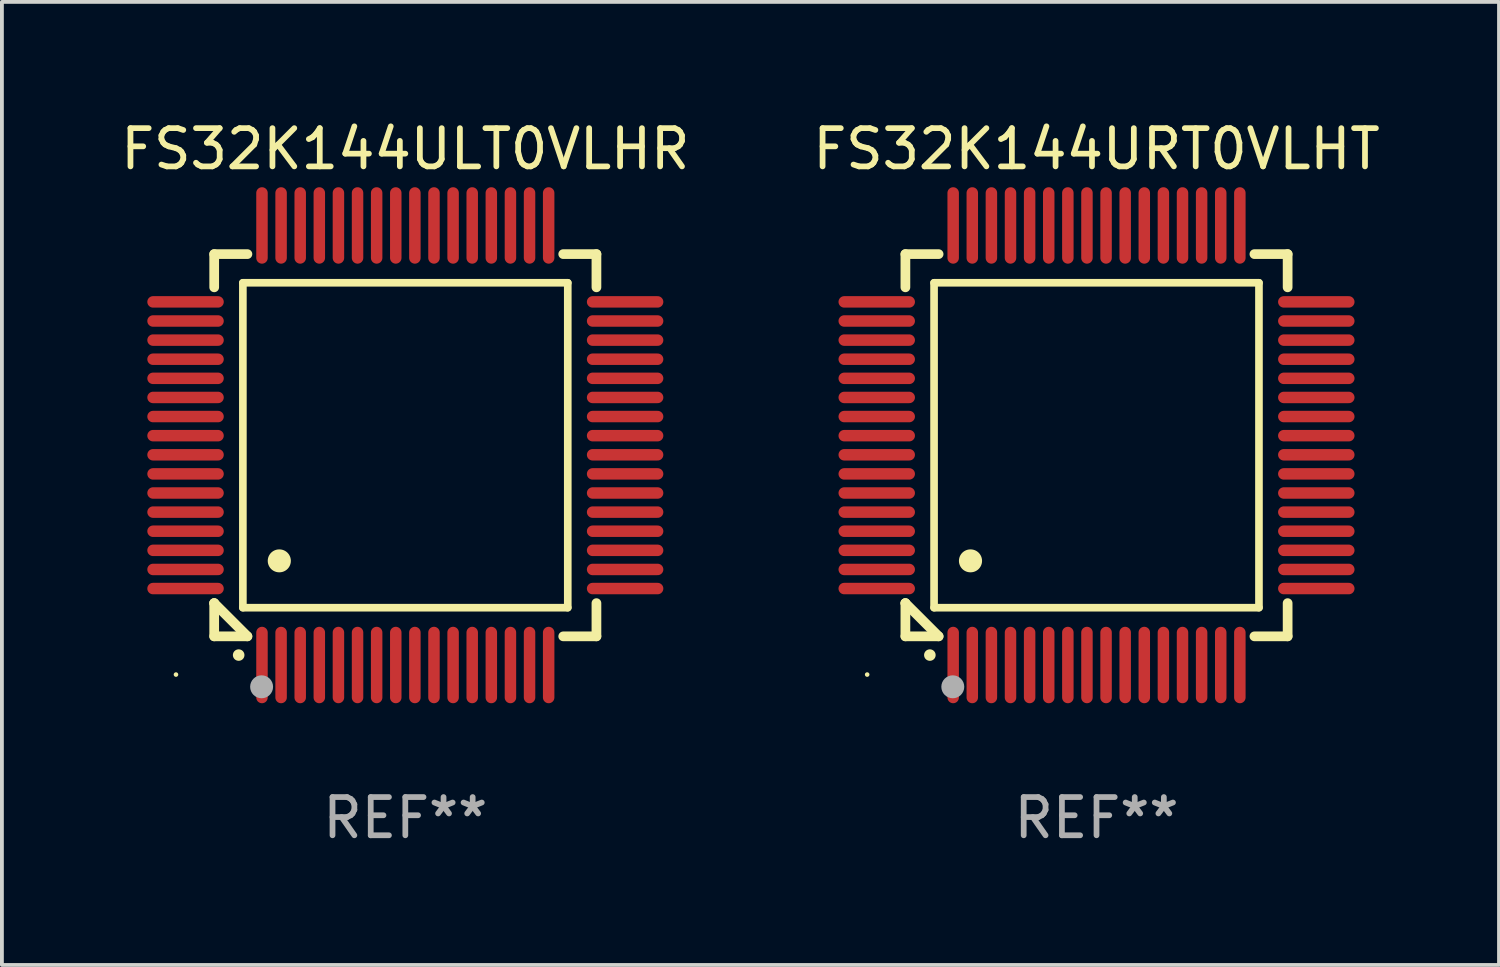
<source format=kicad_pcb>
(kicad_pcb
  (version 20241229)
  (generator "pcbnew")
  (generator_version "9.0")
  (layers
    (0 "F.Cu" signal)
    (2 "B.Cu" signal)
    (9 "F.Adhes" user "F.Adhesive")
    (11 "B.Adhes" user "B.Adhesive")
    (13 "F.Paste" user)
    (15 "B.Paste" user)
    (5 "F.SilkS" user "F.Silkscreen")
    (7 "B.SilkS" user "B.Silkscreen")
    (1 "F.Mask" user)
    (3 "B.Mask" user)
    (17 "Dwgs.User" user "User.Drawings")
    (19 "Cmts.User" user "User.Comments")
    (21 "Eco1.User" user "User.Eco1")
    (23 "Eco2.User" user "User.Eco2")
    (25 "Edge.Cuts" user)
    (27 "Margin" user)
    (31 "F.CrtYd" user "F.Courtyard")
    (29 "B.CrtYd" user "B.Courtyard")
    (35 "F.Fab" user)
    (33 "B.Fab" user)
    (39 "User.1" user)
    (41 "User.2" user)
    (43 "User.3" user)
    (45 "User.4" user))
  (footprint "FS32K144ULT0VLHR"
    (layer "F.Cu")
    (at 7.554 8.598)
    (property "Reference" "FS32K144ULT0VLHR" (at 0 -7.75 0) (layer "F.SilkS") (effects (font (size 1 1) (thickness 0.15))))
    (attr through_hole)
    (fp_line (start -5 -5) (end -4.131 -5) (stroke (width 0.254) (type solid)) (layer "F.SilkS"))
    (fp_line (start -5 -4.131) (end -5 -5) (stroke (width 0.254) (type solid)) (layer "F.SilkS"))
    (fp_line (start -5 4.131) (end -5 4.131) (stroke (width 0.254) (type solid)) (layer "F.SilkS"))
    (fp_line (start -5 5) (end -5 4.131) (stroke (width 0.254) (type solid)) (layer "F.SilkS"))
    (fp_line (start -5 4.131) (end -4.131 5) (stroke (width 0.254) (type solid)) (layer "F.SilkS"))
    (fp_line (start -4.25 -4.25) (end -4.25 4.25) (stroke (width 0.2) (type solid)) (layer "F.SilkS"))
    (fp_line (start -4.25 4.25) (end 4.25 4.25) (stroke (width 0.2) (type solid)) (layer "F.SilkS"))
    (fp_line (start -4.131 5) (end -5 5) (stroke (width 0.254) (type solid)) (layer "F.SilkS"))
    (fp_line (start 4.25 -4.25) (end -4.25 -4.25) (stroke (width 0.2) (type solid)) (layer "F.SilkS"))
    (fp_line (start 4.25 4.25) (end 4.25 -4.25) (stroke (width 0.2) (type solid)) (layer "F.SilkS"))
    (fp_line (start 5 -5) (end 4.131 -5) (stroke (width 0.254) (type solid)) (layer "F.SilkS"))
    (fp_line (start 5 -5) (end 5 -4.131) (stroke (width 0.254) (type solid)) (layer "F.SilkS"))
    (fp_line (start 5 4.131) (end 5 5) (stroke (width 0.254) (type solid)) (layer "F.SilkS"))
    (fp_line (start 5 5) (end 4.131 5) (stroke (width 0.254) (type solid)) (layer "F.SilkS"))
    (fp_arc (start -4.361265 5.489992) (mid -4.359995 5.489987) (end -4.358725 5.489992) (stroke (width 0.3) (type solid)) (layer "F.SilkS"))
    (fp_arc (start -3.299467 3.025146) (mid -3.296927 3.025135) (end -3.294387 3.025146) (stroke (width 0.6) (type solid)) (layer "F.SilkS"))
    (fp_circle (center -6 6) (end -5.97 6) (stroke (width 0.06) (type solid)) (fill no) (layer "F.SilkS"))
    (fp_circle (center -3.76 6.32) (end -3.61 6.32) (stroke (width 0.3) (type solid)) (fill no) (layer "F.Fab"))
    (fp_text user "REF**" (at 0 9.75 0) (layer "F.Fab") (effects (font (size 1 1) (thickness 0.15))))
    (pad "1" smd oval (at -3.75 5.75) (size 0.3 2) (layers "F.Cu" "F.Mask" "F.Paste"))
    (pad "2" smd oval (at -3.25 5.75) (size 0.3 2) (layers "F.Cu" "F.Mask" "F.Paste"))
    (pad "3" smd oval (at -2.75 5.75) (size 0.3 2) (layers "F.Cu" "F.Mask" "F.Paste"))
    (pad "4" smd oval (at -2.25 5.75) (size 0.3 2) (layers "F.Cu" "F.Mask" "F.Paste"))
    (pad "5" smd oval (at -1.75 5.75) (size 0.3 2) (layers "F.Cu" "F.Mask" "F.Paste"))
    (pad "6" smd oval (at -1.25 5.75) (size 0.3 2) (layers "F.Cu" "F.Mask" "F.Paste"))
    (pad "7" smd oval (at -0.75 5.75) (size 0.3 2) (layers "F.Cu" "F.Mask" "F.Paste"))
    (pad "8" smd oval (at -0.25 5.75) (size 0.3 2) (layers "F.Cu" "F.Mask" "F.Paste"))
    (pad "9" smd oval (at 0.25 5.75) (size 0.3 2) (layers "F.Cu" "F.Mask" "F.Paste"))
    (pad "10" smd oval (at 0.75 5.75) (size 0.3 2) (layers "F.Cu" "F.Mask" "F.Paste"))
    (pad "11" smd oval (at 1.25 5.75) (size 0.3 2) (layers "F.Cu" "F.Mask" "F.Paste"))
    (pad "12" smd oval (at 1.75 5.75) (size 0.3 2) (layers "F.Cu" "F.Mask" "F.Paste"))
    (pad "13" smd oval (at 2.25 5.75) (size 0.3 2) (layers "F.Cu" "F.Mask" "F.Paste"))
    (pad "14" smd oval (at 2.75 5.75) (size 0.3 2) (layers "F.Cu" "F.Mask" "F.Paste"))
    (pad "15" smd oval (at 3.25 5.75) (size 0.3 2) (layers "F.Cu" "F.Mask" "F.Paste"))
    (pad "16" smd oval (at 3.75 5.75) (size 0.3 2) (layers "F.Cu" "F.Mask" "F.Paste"))
    (pad "17" smd oval (at 5.75 3.75) (size 2 0.3) (layers "F.Cu" "F.Mask" "F.Paste"))
    (pad "18" smd oval (at 5.75 3.25) (size 2 0.3) (layers "F.Cu" "F.Mask" "F.Paste"))
    (pad "19" smd oval (at 5.75 2.75) (size 2 0.3) (layers "F.Cu" "F.Mask" "F.Paste"))
    (pad "20" smd oval (at 5.75 2.25) (size 2 0.3) (layers "F.Cu" "F.Mask" "F.Paste"))
    (pad "21" smd oval (at 5.75 1.75) (size 2 0.3) (layers "F.Cu" "F.Mask" "F.Paste"))
    (pad "22" smd oval (at 5.75 1.25) (size 2 0.3) (layers "F.Cu" "F.Mask" "F.Paste"))
    (pad "23" smd oval (at 5.75 0.75) (size 2 0.3) (layers "F.Cu" "F.Mask" "F.Paste"))
    (pad "24" smd oval (at 5.75 0.25) (size 2 0.3) (layers "F.Cu" "F.Mask" "F.Paste"))
    (pad "25" smd oval (at 5.75 -0.25) (size 2 0.3) (layers "F.Cu" "F.Mask" "F.Paste"))
    (pad "26" smd oval (at 5.75 -0.75) (size 2 0.3) (layers "F.Cu" "F.Mask" "F.Paste"))
    (pad "27" smd oval (at 5.75 -1.25) (size 2 0.3) (layers "F.Cu" "F.Mask" "F.Paste"))
    (pad "28" smd oval (at 5.75 -1.75) (size 2 0.3) (layers "F.Cu" "F.Mask" "F.Paste"))
    (pad "29" smd oval (at 5.75 -2.25) (size 2 0.3) (layers "F.Cu" "F.Mask" "F.Paste"))
    (pad "30" smd oval (at 5.75 -2.75) (size 2 0.3) (layers "F.Cu" "F.Mask" "F.Paste"))
    (pad "31" smd oval (at 5.75 -3.25) (size 2 0.3) (layers "F.Cu" "F.Mask" "F.Paste"))
    (pad "32" smd oval (at 5.75 -3.75) (size 2 0.3) (layers "F.Cu" "F.Mask" "F.Paste"))
    (pad "33" smd oval (at 3.75 -5.75) (size 0.3 2) (layers "F.Cu" "F.Mask" "F.Paste"))
    (pad "34" smd oval (at 3.25 -5.75) (size 0.3 2) (layers "F.Cu" "F.Mask" "F.Paste"))
    (pad "35" smd oval (at 2.75 -5.75) (size 0.3 2) (layers "F.Cu" "F.Mask" "F.Paste"))
    (pad "36" smd oval (at 2.25 -5.75) (size 0.3 2) (layers "F.Cu" "F.Mask" "F.Paste"))
    (pad "37" smd oval (at 1.75 -5.75) (size 0.3 2) (layers "F.Cu" "F.Mask" "F.Paste"))
    (pad "38" smd oval (at 1.25 -5.75) (size 0.3 2) (layers "F.Cu" "F.Mask" "F.Paste"))
    (pad "39" smd oval (at 0.75 -5.75) (size 0.3 2) (layers "F.Cu" "F.Mask" "F.Paste"))
    (pad "40" smd oval (at 0.25 -5.75) (size 0.3 2) (layers "F.Cu" "F.Mask" "F.Paste"))
    (pad "41" smd oval (at -0.25 -5.75) (size 0.3 2) (layers "F.Cu" "F.Mask" "F.Paste"))
    (pad "42" smd oval (at -0.75 -5.75) (size 0.3 2) (layers "F.Cu" "F.Mask" "F.Paste"))
    (pad "43" smd oval (at -1.25 -5.75) (size 0.3 2) (layers "F.Cu" "F.Mask" "F.Paste"))
    (pad "44" smd oval (at -1.75 -5.75) (size 0.3 2) (layers "F.Cu" "F.Mask" "F.Paste"))
    (pad "45" smd oval (at -2.25 -5.75) (size 0.3 2) (layers "F.Cu" "F.Mask" "F.Paste"))
    (pad "46" smd oval (at -2.75 -5.75) (size 0.3 2) (layers "F.Cu" "F.Mask" "F.Paste"))
    (pad "47" smd oval (at -3.25 -5.75) (size 0.3 2) (layers "F.Cu" "F.Mask" "F.Paste"))
    (pad "48" smd oval (at -3.75 -5.75) (size 0.3 2) (layers "F.Cu" "F.Mask" "F.Paste"))
    (pad "49" smd oval (at -5.75 -3.75) (size 2 0.3) (layers "F.Cu" "F.Mask" "F.Paste"))
    (pad "50" smd oval (at -5.75 -3.25) (size 2 0.3) (layers "F.Cu" "F.Mask" "F.Paste"))
    (pad "51" smd oval (at -5.75 -2.75) (size 2 0.3) (layers "F.Cu" "F.Mask" "F.Paste"))
    (pad "52" smd oval (at -5.75 -2.25) (size 2 0.3) (layers "F.Cu" "F.Mask" "F.Paste"))
    (pad "53" smd oval (at -5.75 -1.75) (size 2 0.3) (layers "F.Cu" "F.Mask" "F.Paste"))
    (pad "54" smd oval (at -5.75 -1.25) (size 2 0.3) (layers "F.Cu" "F.Mask" "F.Paste"))
    (pad "55" smd oval (at -5.75 -0.75) (size 2 0.3) (layers "F.Cu" "F.Mask" "F.Paste"))
    (pad "56" smd oval (at -5.75 -0.25) (size 2 0.3) (layers "F.Cu" "F.Mask" "F.Paste"))
    (pad "57" smd oval (at -5.75 0.25) (size 2 0.3) (layers "F.Cu" "F.Mask" "F.Paste"))
    (pad "58" smd oval (at -5.75 0.75) (size 2 0.3) (layers "F.Cu" "F.Mask" "F.Paste"))
    (pad "59" smd oval (at -5.75 1.25) (size 2 0.3) (layers "F.Cu" "F.Mask" "F.Paste"))
    (pad "60" smd oval (at -5.75 1.75) (size 2 0.3) (layers "F.Cu" "F.Mask" "F.Paste"))
    (pad "61" smd oval (at -5.75 2.25) (size 2 0.3) (layers "F.Cu" "F.Mask" "F.Paste"))
    (pad "62" smd oval (at -5.75 2.75) (size 2 0.3) (layers "F.Cu" "F.Mask" "F.Paste"))
    (pad "63" smd oval (at -5.75 3.25) (size 2 0.3) (layers "F.Cu" "F.Mask" "F.Paste"))
    (pad "64" smd oval (at -5.75 3.75) (size 2 0.3) (layers "F.Cu" "F.Mask" "F.Paste")))
  (footprint "FS32K144URT0VLHT"
    (layer "F.Cu")
    (at 25.637 8.598)
    (property "Reference" "FS32K144URT0VLHT" (at 0 -7.75 0) (layer "F.SilkS") (effects (font (size 1 1) (thickness 0.15))))
    (attr through_hole)
    (fp_line (start -5 -5) (end -4.131 -5) (stroke (width 0.254) (type solid)) (layer "F.SilkS"))
    (fp_line (start -5 -4.131) (end -5 -5) (stroke (width 0.254) (type solid)) (layer "F.SilkS"))
    (fp_line (start -5 4.131) (end -5 4.131) (stroke (width 0.254) (type solid)) (layer "F.SilkS"))
    (fp_line (start -5 5) (end -5 4.131) (stroke (width 0.254) (type solid)) (layer "F.SilkS"))
    (fp_line (start -5 4.131) (end -4.131 5) (stroke (width 0.254) (type solid)) (layer "F.SilkS"))
    (fp_line (start -4.25 -4.25) (end -4.25 4.25) (stroke (width 0.2) (type solid)) (layer "F.SilkS"))
    (fp_line (start -4.25 4.25) (end 4.25 4.25) (stroke (width 0.2) (type solid)) (layer "F.SilkS"))
    (fp_line (start -4.131 5) (end -5 5) (stroke (width 0.254) (type solid)) (layer "F.SilkS"))
    (fp_line (start 4.25 -4.25) (end -4.25 -4.25) (stroke (width 0.2) (type solid)) (layer "F.SilkS"))
    (fp_line (start 4.25 4.25) (end 4.25 -4.25) (stroke (width 0.2) (type solid)) (layer "F.SilkS"))
    (fp_line (start 5 -5) (end 4.131 -5) (stroke (width 0.254) (type solid)) (layer "F.SilkS"))
    (fp_line (start 5 -5) (end 5 -4.131) (stroke (width 0.254) (type solid)) (layer "F.SilkS"))
    (fp_line (start 5 4.131) (end 5 5) (stroke (width 0.254) (type solid)) (layer "F.SilkS"))
    (fp_line (start 5 5) (end 4.131 5) (stroke (width 0.254) (type solid)) (layer "F.SilkS"))
    (fp_arc (start -4.361265 5.489992) (mid -4.359995 5.489987) (end -4.358725 5.489992) (stroke (width 0.3) (type solid)) (layer "F.SilkS"))
    (fp_arc (start -3.299467 3.025146) (mid -3.296927 3.025135) (end -3.294387 3.025146) (stroke (width 0.6) (type solid)) (layer "F.SilkS"))
    (fp_circle (center -6 6) (end -5.97 6) (stroke (width 0.06) (type solid)) (fill no) (layer "F.SilkS"))
    (fp_circle (center -3.76 6.32) (end -3.61 6.32) (stroke (width 0.3) (type solid)) (fill no) (layer "F.Fab"))
    (fp_text user "REF**" (at 0 9.75 0) (layer "F.Fab") (effects (font (size 1 1) (thickness 0.15))))
    (pad "1" smd oval (at -3.75 5.75) (size 0.3 2) (layers "F.Cu" "F.Mask" "F.Paste"))
    (pad "2" smd oval (at -3.25 5.75) (size 0.3 2) (layers "F.Cu" "F.Mask" "F.Paste"))
    (pad "3" smd oval (at -2.75 5.75) (size 0.3 2) (layers "F.Cu" "F.Mask" "F.Paste"))
    (pad "4" smd oval (at -2.25 5.75) (size 0.3 2) (layers "F.Cu" "F.Mask" "F.Paste"))
    (pad "5" smd oval (at -1.75 5.75) (size 0.3 2) (layers "F.Cu" "F.Mask" "F.Paste"))
    (pad "6" smd oval (at -1.25 5.75) (size 0.3 2) (layers "F.Cu" "F.Mask" "F.Paste"))
    (pad "7" smd oval (at -0.75 5.75) (size 0.3 2) (layers "F.Cu" "F.Mask" "F.Paste"))
    (pad "8" smd oval (at -0.25 5.75) (size 0.3 2) (layers "F.Cu" "F.Mask" "F.Paste"))
    (pad "9" smd oval (at 0.25 5.75) (size 0.3 2) (layers "F.Cu" "F.Mask" "F.Paste"))
    (pad "10" smd oval (at 0.75 5.75) (size 0.3 2) (layers "F.Cu" "F.Mask" "F.Paste"))
    (pad "11" smd oval (at 1.25 5.75) (size 0.3 2) (layers "F.Cu" "F.Mask" "F.Paste"))
    (pad "12" smd oval (at 1.75 5.75) (size 0.3 2) (layers "F.Cu" "F.Mask" "F.Paste"))
    (pad "13" smd oval (at 2.25 5.75) (size 0.3 2) (layers "F.Cu" "F.Mask" "F.Paste"))
    (pad "14" smd oval (at 2.75 5.75) (size 0.3 2) (layers "F.Cu" "F.Mask" "F.Paste"))
    (pad "15" smd oval (at 3.25 5.75) (size 0.3 2) (layers "F.Cu" "F.Mask" "F.Paste"))
    (pad "16" smd oval (at 3.75 5.75) (size 0.3 2) (layers "F.Cu" "F.Mask" "F.Paste"))
    (pad "17" smd oval (at 5.75 3.75) (size 2 0.3) (layers "F.Cu" "F.Mask" "F.Paste"))
    (pad "18" smd oval (at 5.75 3.25) (size 2 0.3) (layers "F.Cu" "F.Mask" "F.Paste"))
    (pad "19" smd oval (at 5.75 2.75) (size 2 0.3) (layers "F.Cu" "F.Mask" "F.Paste"))
    (pad "20" smd oval (at 5.75 2.25) (size 2 0.3) (layers "F.Cu" "F.Mask" "F.Paste"))
    (pad "21" smd oval (at 5.75 1.75) (size 2 0.3) (layers "F.Cu" "F.Mask" "F.Paste"))
    (pad "22" smd oval (at 5.75 1.25) (size 2 0.3) (layers "F.Cu" "F.Mask" "F.Paste"))
    (pad "23" smd oval (at 5.75 0.75) (size 2 0.3) (layers "F.Cu" "F.Mask" "F.Paste"))
    (pad "24" smd oval (at 5.75 0.25) (size 2 0.3) (layers "F.Cu" "F.Mask" "F.Paste"))
    (pad "25" smd oval (at 5.75 -0.25) (size 2 0.3) (layers "F.Cu" "F.Mask" "F.Paste"))
    (pad "26" smd oval (at 5.75 -0.75) (size 2 0.3) (layers "F.Cu" "F.Mask" "F.Paste"))
    (pad "27" smd oval (at 5.75 -1.25) (size 2 0.3) (layers "F.Cu" "F.Mask" "F.Paste"))
    (pad "28" smd oval (at 5.75 -1.75) (size 2 0.3) (layers "F.Cu" "F.Mask" "F.Paste"))
    (pad "29" smd oval (at 5.75 -2.25) (size 2 0.3) (layers "F.Cu" "F.Mask" "F.Paste"))
    (pad "30" smd oval (at 5.75 -2.75) (size 2 0.3) (layers "F.Cu" "F.Mask" "F.Paste"))
    (pad "31" smd oval (at 5.75 -3.25) (size 2 0.3) (layers "F.Cu" "F.Mask" "F.Paste"))
    (pad "32" smd oval (at 5.75 -3.75) (size 2 0.3) (layers "F.Cu" "F.Mask" "F.Paste"))
    (pad "33" smd oval (at 3.75 -5.75) (size 0.3 2) (layers "F.Cu" "F.Mask" "F.Paste"))
    (pad "34" smd oval (at 3.25 -5.75) (size 0.3 2) (layers "F.Cu" "F.Mask" "F.Paste"))
    (pad "35" smd oval (at 2.75 -5.75) (size 0.3 2) (layers "F.Cu" "F.Mask" "F.Paste"))
    (pad "36" smd oval (at 2.25 -5.75) (size 0.3 2) (layers "F.Cu" "F.Mask" "F.Paste"))
    (pad "37" smd oval (at 1.75 -5.75) (size 0.3 2) (layers "F.Cu" "F.Mask" "F.Paste"))
    (pad "38" smd oval (at 1.25 -5.75) (size 0.3 2) (layers "F.Cu" "F.Mask" "F.Paste"))
    (pad "39" smd oval (at 0.75 -5.75) (size 0.3 2) (layers "F.Cu" "F.Mask" "F.Paste"))
    (pad "40" smd oval (at 0.25 -5.75) (size 0.3 2) (layers "F.Cu" "F.Mask" "F.Paste"))
    (pad "41" smd oval (at -0.25 -5.75) (size 0.3 2) (layers "F.Cu" "F.Mask" "F.Paste"))
    (pad "42" smd oval (at -0.75 -5.75) (size 0.3 2) (layers "F.Cu" "F.Mask" "F.Paste"))
    (pad "43" smd oval (at -1.25 -5.75) (size 0.3 2) (layers "F.Cu" "F.Mask" "F.Paste"))
    (pad "44" smd oval (at -1.75 -5.75) (size 0.3 2) (layers "F.Cu" "F.Mask" "F.Paste"))
    (pad "45" smd oval (at -2.25 -5.75) (size 0.3 2) (layers "F.Cu" "F.Mask" "F.Paste"))
    (pad "46" smd oval (at -2.75 -5.75) (size 0.3 2) (layers "F.Cu" "F.Mask" "F.Paste"))
    (pad "47" smd oval (at -3.25 -5.75) (size 0.3 2) (layers "F.Cu" "F.Mask" "F.Paste"))
    (pad "48" smd oval (at -3.75 -5.75) (size 0.3 2) (layers "F.Cu" "F.Mask" "F.Paste"))
    (pad "49" smd oval (at -5.75 -3.75) (size 2 0.3) (layers "F.Cu" "F.Mask" "F.Paste"))
    (pad "50" smd oval (at -5.75 -3.25) (size 2 0.3) (layers "F.Cu" "F.Mask" "F.Paste"))
    (pad "51" smd oval (at -5.75 -2.75) (size 2 0.3) (layers "F.Cu" "F.Mask" "F.Paste"))
    (pad "52" smd oval (at -5.75 -2.25) (size 2 0.3) (layers "F.Cu" "F.Mask" "F.Paste"))
    (pad "53" smd oval (at -5.75 -1.75) (size 2 0.3) (layers "F.Cu" "F.Mask" "F.Paste"))
    (pad "54" smd oval (at -5.75 -1.25) (size 2 0.3) (layers "F.Cu" "F.Mask" "F.Paste"))
    (pad "55" smd oval (at -5.75 -0.75) (size 2 0.3) (layers "F.Cu" "F.Mask" "F.Paste"))
    (pad "56" smd oval (at -5.75 -0.25) (size 2 0.3) (layers "F.Cu" "F.Mask" "F.Paste"))
    (pad "57" smd oval (at -5.75 0.25) (size 2 0.3) (layers "F.Cu" "F.Mask" "F.Paste"))
    (pad "58" smd oval (at -5.75 0.75) (size 2 0.3) (layers "F.Cu" "F.Mask" "F.Paste"))
    (pad "59" smd oval (at -5.75 1.25) (size 2 0.3) (layers "F.Cu" "F.Mask" "F.Paste"))
    (pad "60" smd oval (at -5.75 1.75) (size 2 0.3) (layers "F.Cu" "F.Mask" "F.Paste"))
    (pad "61" smd oval (at -5.75 2.25) (size 2 0.3) (layers "F.Cu" "F.Mask" "F.Paste"))
    (pad "62" smd oval (at -5.75 2.75) (size 2 0.3) (layers "F.Cu" "F.Mask" "F.Paste"))
    (pad "63" smd oval (at -5.75 3.25) (size 2 0.3) (layers "F.Cu" "F.Mask" "F.Paste"))
    (pad "64" smd oval (at -5.75 3.75) (size 2 0.3) (layers "F.Cu" "F.Mask" "F.Paste")))
  (gr_rect
    (start -3 -3)
    (end 36.167 22.196)
    (stroke (width 0.1) (type default))
    (fill no)
    (layer "Edge.Cuts")))
</source>
